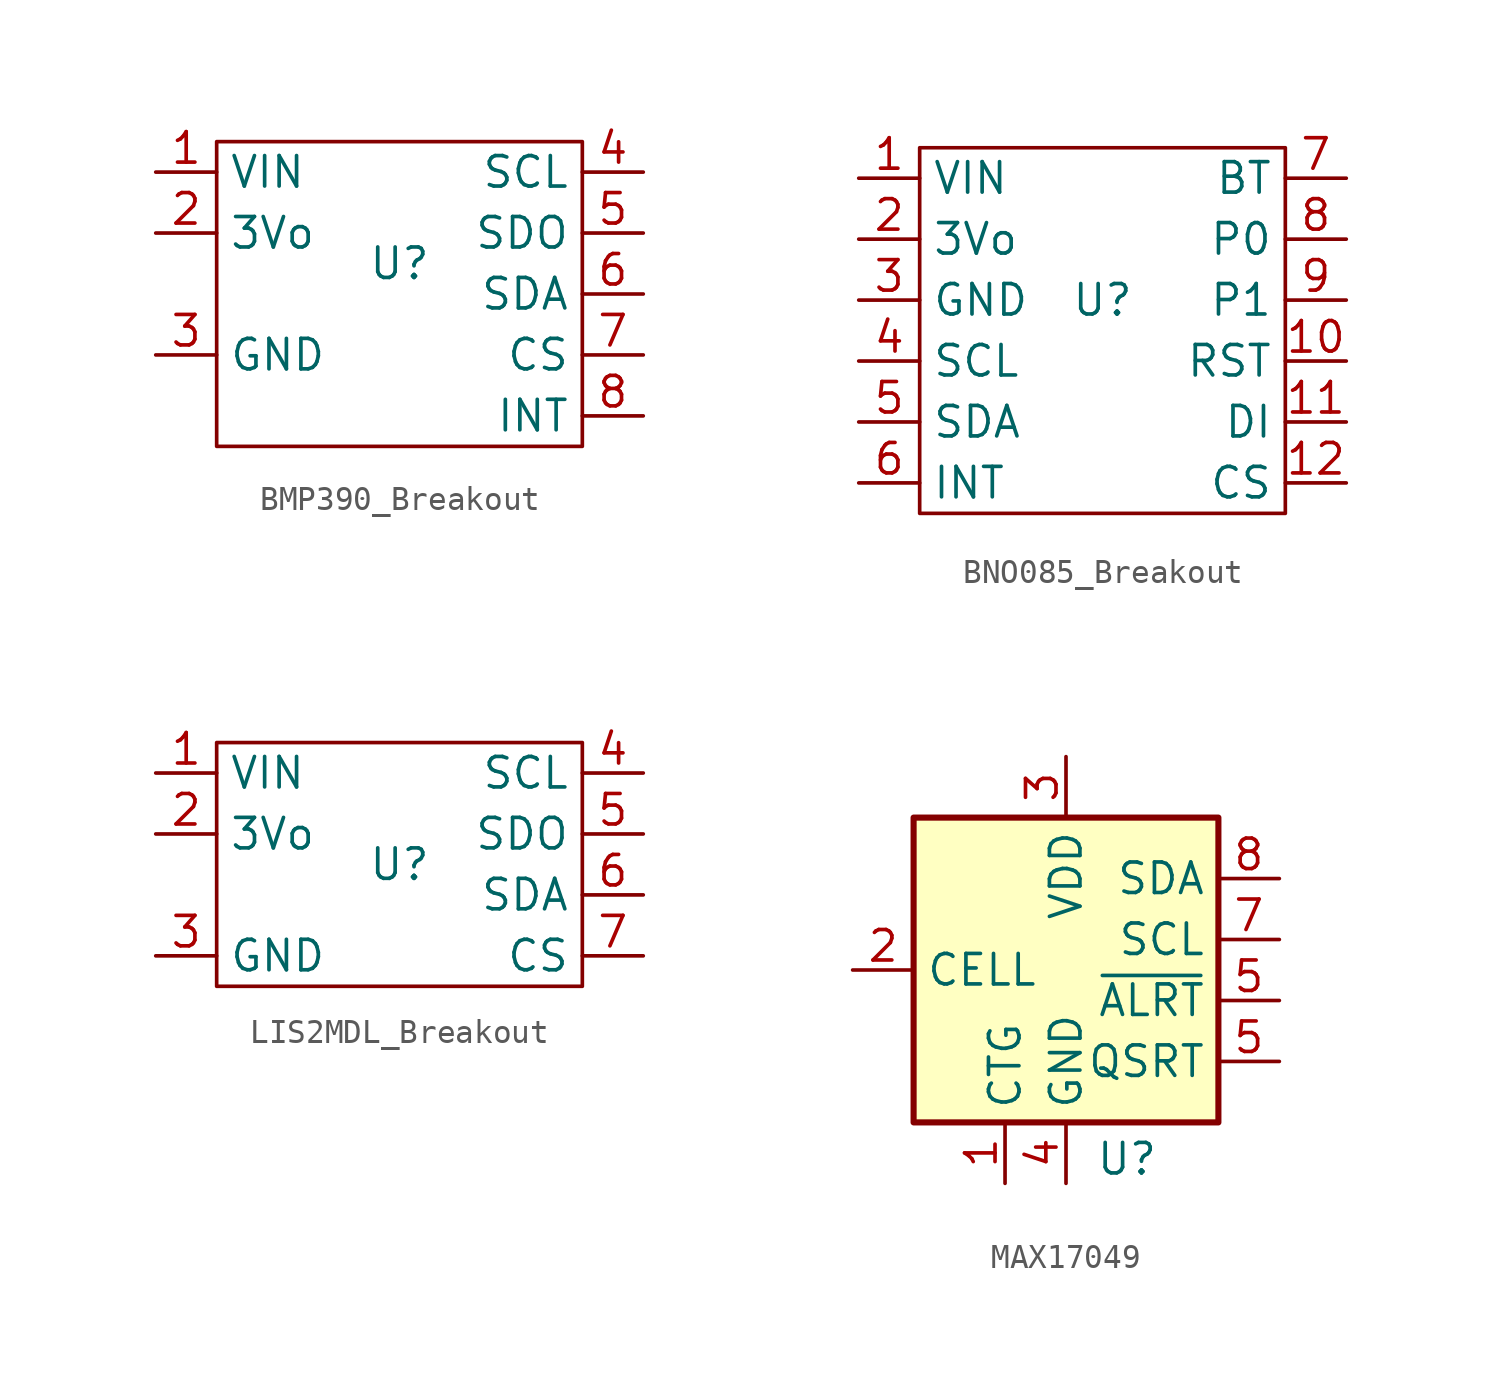
<source format=kicad_sym>
(kicad_symbol_lib
  (version 20241209)
  (generator "kicad_symbol_editor")
  (generator_version "9.0")
  (symbol "BMP390_Breakout"
    (property "Reference" "U"
      (at 0 0 0)
      (effects (font (size 1.27 1.27))))
    (property "Value" ""
      (at 0 0 0)
      (effects (font (size 1.27 1.27))))
    (symbol "BMP390_Breakout_0_1"
      (rectangle (start -7.62 5.08) (end 7.62 -7.62) (stroke (width 0) (type default)) (fill (type none))))
    (symbol "BMP390_Breakout_1_1"
      (pin input line (at -10.16 3.81 0) (length 2.54) (name "VIN" (effects (font (size 1.27 1.27)))) (number "1" (effects (font (size 1.27 1.27)))))
      (pin input line (at -10.16 1.27 0) (length 2.54) (name "3Vo" (effects (font (size 1.27 1.27)))) (number "2" (effects (font (size 1.27 1.27)))))
      (pin input line (at -10.16 -3.81 0) (length 2.54) (name "GND" (effects (font (size 1.27 1.27)))) (number "3" (effects (font (size 1.27 1.27)))))
      (pin input line (at 10.16 3.81 180) (length 2.54) (name "SCL" (effects (font (size 1.27 1.27)))) (number "4" (effects (font (size 1.27 1.27)))))
      (pin input line (at 10.16 1.27 180) (length 2.54) (name "SDO" (effects (font (size 1.27 1.27)))) (number "5" (effects (font (size 1.27 1.27)))))
      (pin input line (at 10.16 -1.27 180) (length 2.54) (name "SDA" (effects (font (size 1.27 1.27)))) (number "6" (effects (font (size 1.27 1.27)))))
      (pin input line (at 10.16 -3.81 180) (length 2.54) (name "CS" (effects (font (size 1.27 1.27)))) (number "7" (effects (font (size 1.27 1.27)))))
      (pin input line (at 10.16 -6.35 180) (length 2.54) (name "INT" (effects (font (size 1.27 1.27)))) (number "8" (effects (font (size 1.27 1.27)))))))
  (symbol "BNO085_Breakout"
    (property "Reference" "U"
      (at 0 0 0)
      (effects (font (size 1.27 1.27))))
    (property "Value" ""
      (at 0 0 0)
      (effects (font (size 1.27 1.27))))
    (symbol "BNO085_Breakout_0_1"
      (rectangle (start -7.62 6.35) (end 7.62 -8.89) (stroke (width 0) (type default)) (fill (type none))))
    (symbol "BNO085_Breakout_1_1"
      (pin input line (at -10.16 5.08 0) (length 2.54) (name "VIN" (effects (font (size 1.27 1.27)))) (number "1" (effects (font (size 1.27 1.27)))))
      (pin input line (at -10.16 2.54 0) (length 2.54) (name "3Vo" (effects (font (size 1.27 1.27)))) (number "2" (effects (font (size 1.27 1.27)))))
      (pin input line (at -10.16 0 0) (length 2.54) (name "GND" (effects (font (size 1.27 1.27)))) (number "3" (effects (font (size 1.27 1.27)))))
      (pin input line (at -10.16 -2.54 0) (length 2.54) (name "SCL" (effects (font (size 1.27 1.27)))) (number "4" (effects (font (size 1.27 1.27)))))
      (pin input line (at -10.16 -5.08 0) (length 2.54) (name "SDA" (effects (font (size 1.27 1.27)))) (number "5" (effects (font (size 1.27 1.27)))))
      (pin input line (at -10.16 -7.62 0) (length 2.54) (name "INT" (effects (font (size 1.27 1.27)))) (number "6" (effects (font (size 1.27 1.27)))))
      (pin input line (at 10.16 5.08 180) (length 2.54) (name "BT" (effects (font (size 1.27 1.27)))) (number "7" (effects (font (size 1.27 1.27)))))
      (pin input line (at 10.16 2.54 180) (length 2.54) (name "P0" (effects (font (size 1.27 1.27)))) (number "8" (effects (font (size 1.27 1.27)))))
      (pin input line (at 10.16 0 180) (length 2.54) (name "P1" (effects (font (size 1.27 1.27)))) (number "9" (effects (font (size 1.27 1.27)))))
      (pin input line (at 10.16 -2.54 180) (length 2.54) (name "RST" (effects (font (size 1.27 1.27)))) (number "10" (effects (font (size 1.27 1.27)))))
      (pin input line (at 10.16 -5.08 180) (length 2.54) (name "DI" (effects (font (size 1.27 1.27)))) (number "11" (effects (font (size 1.27 1.27)))))
      (pin input line (at 10.16 -7.62 180) (length 2.54) (name "CS" (effects (font (size 1.27 1.27)))) (number "12" (effects (font (size 1.27 1.27)))))))
  (symbol "LIS2MDL_Breakout"
    (property "Reference" "U"
      (at 0 0 0)
      (effects (font (size 1.27 1.27))))
    (property "Value" ""
      (at 0 0 0)
      (effects (font (size 1.27 1.27))))
    (symbol "LIS2MDL_Breakout_0_1"
      (rectangle (start -7.62 5.08) (end 7.62 -5.08) (stroke (width 0) (type default)) (fill (type none))))
    (symbol "LIS2MDL_Breakout_1_1"
      (pin input line (at -10.16 3.81 0) (length 2.54) (name "VIN" (effects (font (size 1.27 1.27)))) (number "1" (effects (font (size 1.27 1.27)))))
      (pin input line (at -10.16 1.27 0) (length 2.54) (name "3Vo" (effects (font (size 1.27 1.27)))) (number "2" (effects (font (size 1.27 1.27)))))
      (pin input line (at -10.16 -3.81 0) (length 2.54) (name "GND" (effects (font (size 1.27 1.27)))) (number "3" (effects (font (size 1.27 1.27)))))
      (pin input line (at 10.16 3.81 180) (length 2.54) (name "SCL" (effects (font (size 1.27 1.27)))) (number "4" (effects (font (size 1.27 1.27)))))
      (pin input line (at 10.16 1.27 180) (length 2.54) (name "SDO" (effects (font (size 1.27 1.27)))) (number "5" (effects (font (size 1.27 1.27)))))
      (pin input line (at 10.16 -1.27 180) (length 2.54) (name "SDA" (effects (font (size 1.27 1.27)))) (number "6" (effects (font (size 1.27 1.27)))))
      (pin input line (at 10.16 -3.81 180) (length 2.54) (name "CS" (effects (font (size 1.27 1.27)))) (number "7" (effects (font (size 1.27 1.27)))))))
  (symbol "MAX17049"
    (property "Reference" "U"
      (at 2.54 -7.874 0)
      (effects (font (size 1.27 1.27))))
    (property "Value" ""
      (at 0 0 0)
      (effects (font (size 1.27 1.27))))
    (symbol "MAX17049_0_1"
      (rectangle (start -6.35 6.35) (end 6.35 -6.35) (stroke (width 0.254) (type default)) (fill (type background))))
    (symbol "MAX17049_1_1"
      (pin power_in line (at -8.89 0 0) (length 2.54) (name "CELL" (effects (font (size 1.27 1.27)))) (number "2" (effects (font (size 1.27 1.27)))))
      (pin power_in line (at -2.54 -8.89 90) (length 2.54) (name "CTG" (effects (font (size 1.27 1.27)))) (number "1" (effects (font (size 1.27 1.27)))))
      (pin power_in line (at 0 8.89 270) (length 2.54) (name "VDD" (effects (font (size 1.27 1.27)))) (number "3" (effects (font (size 1.27 1.27)))))
      (pin power_in line (at 0 -8.89 90) (length 2.54) (name "GND" (effects (font (size 1.27 1.27)))) (number "4" (effects (font (size 1.27 1.27)))))
      (pin bidirectional line (at 8.89 3.81 180) (length 2.54) (name "SDA" (effects (font (size 1.27 1.27)))) (number "8" (effects (font (size 1.27 1.27)))))
      (pin input line (at 8.89 1.27 180) (length 2.54) (name "SCL" (effects (font (size 1.27 1.27)))) (number "7" (effects (font (size 1.27 1.27)))))
      (pin output line (at 8.89 -1.27 180) (length 2.54) (name "~{ALRT}" (effects (font (size 1.27 1.27)))) (number "5" (effects (font (size 1.27 1.27)))))
      (pin output line (at 8.89 -3.81 180) (length 2.54) (name "QSRT" (effects (font (size 1.27 1.27)))) (number "5" (effects (font (size 1.27 1.27))))))))
</source>
